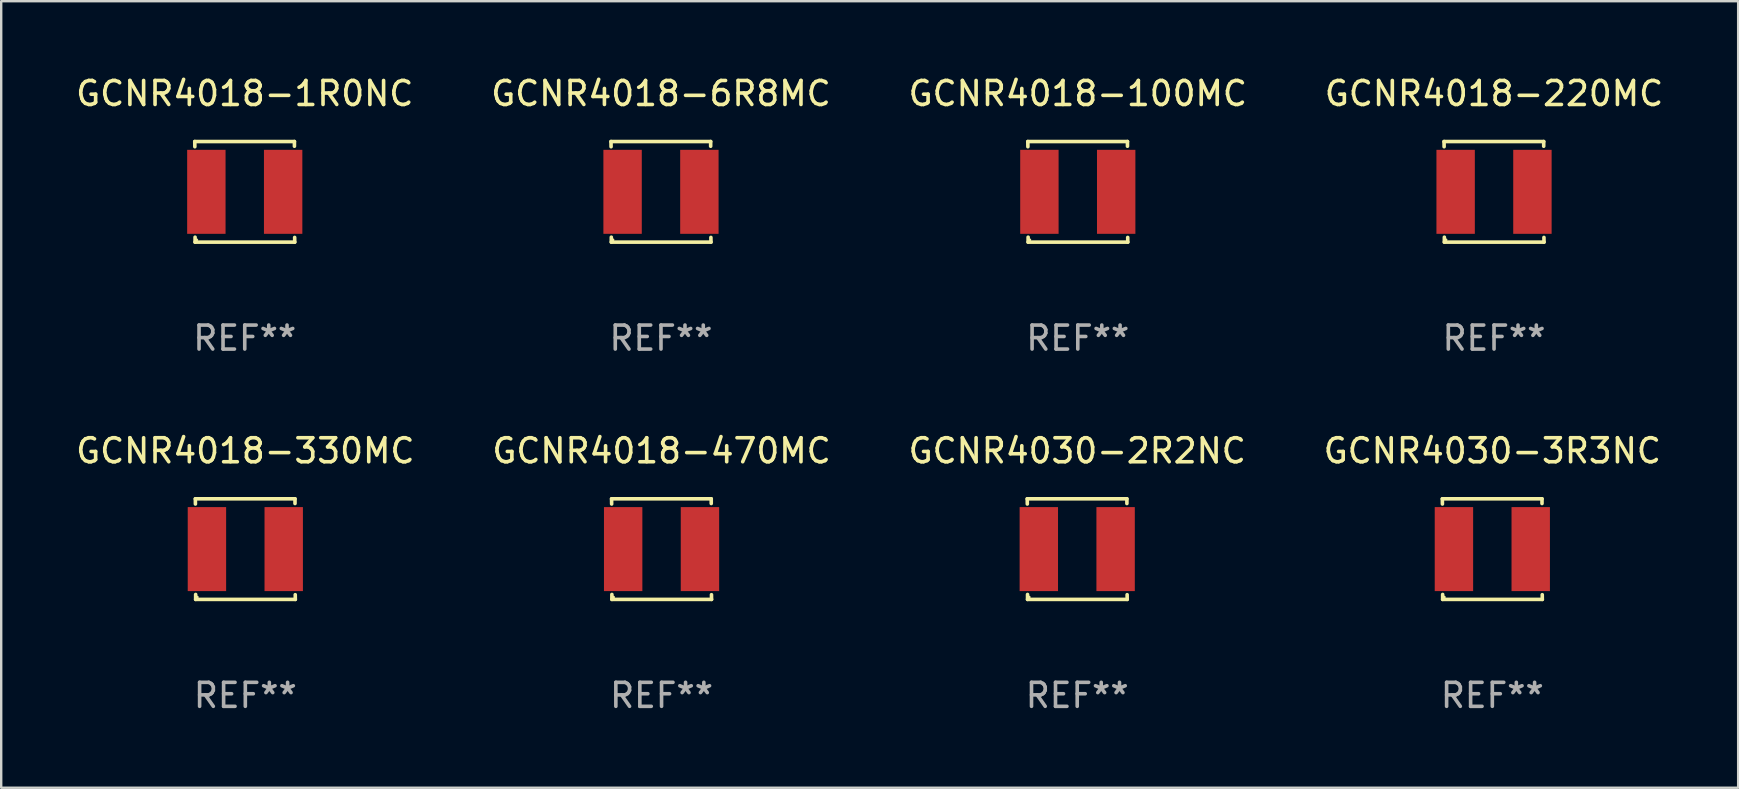
<source format=kicad_pcb>
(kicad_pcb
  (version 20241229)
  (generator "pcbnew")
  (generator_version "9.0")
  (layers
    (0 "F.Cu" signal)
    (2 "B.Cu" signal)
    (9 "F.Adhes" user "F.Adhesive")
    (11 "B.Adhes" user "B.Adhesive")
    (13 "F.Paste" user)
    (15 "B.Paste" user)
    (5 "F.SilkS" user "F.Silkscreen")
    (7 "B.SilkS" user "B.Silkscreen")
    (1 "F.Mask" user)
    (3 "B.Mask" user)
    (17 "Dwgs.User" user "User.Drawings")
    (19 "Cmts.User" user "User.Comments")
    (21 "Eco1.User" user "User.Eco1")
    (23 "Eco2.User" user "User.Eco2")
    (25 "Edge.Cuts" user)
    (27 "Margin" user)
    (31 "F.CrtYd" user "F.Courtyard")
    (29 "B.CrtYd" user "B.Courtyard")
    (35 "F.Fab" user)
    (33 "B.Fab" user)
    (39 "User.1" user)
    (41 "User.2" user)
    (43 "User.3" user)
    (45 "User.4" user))
  (footprint "GCNR4018-6R8MC"
    (layer "F.Cu")
    (at 24.494 4.944)
    (property "Reference" "GCNR4018-6R8MC" (at 0 -4.096 0) (layer "F.SilkS") (effects (font (size 1 1) (thickness 0.15))))
    (attr through_hole)
    (fp_line (start -2.083 -2.096) (end -2.08 -1.88) (stroke (width 0.15) (type solid)) (layer "F.SilkS"))
    (fp_line (start -2.07 1.89) (end -2.07 2.096) (stroke (width 0.15) (type solid)) (layer "F.SilkS"))
    (fp_line (start -2.07 2.096) (end 2.083 2.096) (stroke (width 0.15) (type solid)) (layer "F.SilkS"))
    (fp_line (start 2.07 -1.9) (end 2.07 -2.096) (stroke (width 0.15) (type solid)) (layer "F.SilkS"))
    (fp_line (start 2.07 -2.096) (end -2.083 -2.096) (stroke (width 0.15) (type solid)) (layer "F.SilkS"))
    (fp_line (start 2.083 2.096) (end 2.08 1.9) (stroke (width 0.15) (type solid)) (layer "F.SilkS"))
    (fp_circle (center -2 2) (end -1.97 2) (stroke (width 0.06) (type solid)) (fill no) (layer "F.SilkS"))
    (fp_text user "REF**" (at 0 6.096 0) (layer "F.Fab") (effects (font (size 1 1) (thickness 0.15))))
    (pad "1" smd rect (at -1.6 -0.000343) (size 1.6 3.5) (layers "F.Cu" "F.Mask" "F.Paste"))
    (pad "2" smd rect (at 1.6 -0.000343) (size 1.6 3.5) (layers "F.Cu" "F.Mask" "F.Paste")))
  (footprint "GCNR4018-470MC"
    (layer "F.Cu")
    (at 24.518 19.832)
    (property "Reference" "GCNR4018-470MC" (at 0 -4.096 0) (layer "F.SilkS") (effects (font (size 1 1) (thickness 0.15))))
    (attr through_hole)
    (fp_line (start -2.083 -2.096) (end -2.08 -1.88) (stroke (width 0.15) (type solid)) (layer "F.SilkS"))
    (fp_line (start -2.07 1.89) (end -2.07 2.096) (stroke (width 0.15) (type solid)) (layer "F.SilkS"))
    (fp_line (start -2.07 2.096) (end 2.083 2.096) (stroke (width 0.15) (type solid)) (layer "F.SilkS"))
    (fp_line (start 2.07 -1.9) (end 2.07 -2.096) (stroke (width 0.15) (type solid)) (layer "F.SilkS"))
    (fp_line (start 2.07 -2.096) (end -2.083 -2.096) (stroke (width 0.15) (type solid)) (layer "F.SilkS"))
    (fp_line (start 2.083 2.096) (end 2.08 1.9) (stroke (width 0.15) (type solid)) (layer "F.SilkS"))
    (fp_circle (center -2 2) (end -1.97 2) (stroke (width 0.06) (type solid)) (fill no) (layer "F.SilkS"))
    (fp_text user "REF**" (at 0 6.096 0) (layer "F.Fab") (effects (font (size 1 1) (thickness 0.15))))
    (pad "1" smd rect (at -1.6 -0.000343) (size 1.6 3.5) (layers "F.Cu" "F.Mask" "F.Paste"))
    (pad "2" smd rect (at 1.6 -0.000343) (size 1.6 3.5) (layers "F.Cu" "F.Mask" "F.Paste")))
  (footprint "GCNR4018-330MC"
    (layer "F.Cu")
    (at 7.173 19.832)
    (property "Reference" "GCNR4018-330MC" (at 0 -4.096 0) (layer "F.SilkS") (effects (font (size 1 1) (thickness 0.15))))
    (attr through_hole)
    (fp_line (start -2.083 -2.096) (end -2.08 -1.88) (stroke (width 0.15) (type solid)) (layer "F.SilkS"))
    (fp_line (start -2.07 1.89) (end -2.07 2.096) (stroke (width 0.15) (type solid)) (layer "F.SilkS"))
    (fp_line (start -2.07 2.096) (end 2.083 2.096) (stroke (width 0.15) (type solid)) (layer "F.SilkS"))
    (fp_line (start 2.07 -1.9) (end 2.07 -2.096) (stroke (width 0.15) (type solid)) (layer "F.SilkS"))
    (fp_line (start 2.07 -2.096) (end -2.083 -2.096) (stroke (width 0.15) (type solid)) (layer "F.SilkS"))
    (fp_line (start 2.083 2.096) (end 2.08 1.9) (stroke (width 0.15) (type solid)) (layer "F.SilkS"))
    (fp_circle (center -2 2) (end -1.97 2) (stroke (width 0.06) (type solid)) (fill no) (layer "F.SilkS"))
    (fp_text user "REF**" (at 0 6.096 0) (layer "F.Fab") (effects (font (size 1 1) (thickness 0.15))))
    (pad "1" smd rect (at -1.6 -0.000343) (size 1.6 3.5) (layers "F.Cu" "F.Mask" "F.Paste"))
    (pad "2" smd rect (at 1.6 -0.000343) (size 1.6 3.5) (layers "F.Cu" "F.Mask" "F.Paste")))
  (footprint "GCNR4018-220MC"
    (layer "F.Cu")
    (at 59.208 4.944)
    (property "Reference" "GCNR4018-220MC" (at 0 -4.096 0) (layer "F.SilkS") (effects (font (size 1 1) (thickness 0.15))))
    (attr through_hole)
    (fp_line (start -2.083 -2.096) (end -2.08 -1.88) (stroke (width 0.15) (type solid)) (layer "F.SilkS"))
    (fp_line (start -2.07 1.89) (end -2.07 2.096) (stroke (width 0.15) (type solid)) (layer "F.SilkS"))
    (fp_line (start -2.07 2.096) (end 2.083 2.096) (stroke (width 0.15) (type solid)) (layer "F.SilkS"))
    (fp_line (start 2.07 -1.9) (end 2.07 -2.096) (stroke (width 0.15) (type solid)) (layer "F.SilkS"))
    (fp_line (start 2.07 -2.096) (end -2.083 -2.096) (stroke (width 0.15) (type solid)) (layer "F.SilkS"))
    (fp_line (start 2.083 2.096) (end 2.08 1.9) (stroke (width 0.15) (type solid)) (layer "F.SilkS"))
    (fp_circle (center -2 2) (end -1.97 2) (stroke (width 0.06) (type solid)) (fill no) (layer "F.SilkS"))
    (fp_text user "REF**" (at 0 6.096 0) (layer "F.Fab") (effects (font (size 1 1) (thickness 0.15))))
    (pad "1" smd rect (at -1.6 -0.000343) (size 1.6 3.5) (layers "F.Cu" "F.Mask" "F.Paste"))
    (pad "2" smd rect (at 1.6 -0.000343) (size 1.6 3.5) (layers "F.Cu" "F.Mask" "F.Paste")))
  (footprint "GCNR4030-3R3NC"
    (layer "F.Cu")
    (at 59.137 19.832)
    (property "Reference" "GCNR4030-3R3NC" (at 0 -4.096 0) (layer "F.SilkS") (effects (font (size 1 1) (thickness 0.15))))
    (attr through_hole)
    (fp_line (start -2.083 -2.096) (end -2.08 -1.88) (stroke (width 0.15) (type solid)) (layer "F.SilkS"))
    (fp_line (start -2.07 1.89) (end -2.07 2.096) (stroke (width 0.15) (type solid)) (layer "F.SilkS"))
    (fp_line (start -2.07 2.096) (end 2.083 2.096) (stroke (width 0.15) (type solid)) (layer "F.SilkS"))
    (fp_line (start 2.07 -1.9) (end 2.07 -2.096) (stroke (width 0.15) (type solid)) (layer "F.SilkS"))
    (fp_line (start 2.07 -2.096) (end -2.083 -2.096) (stroke (width 0.15) (type solid)) (layer "F.SilkS"))
    (fp_line (start 2.083 2.096) (end 2.08 1.9) (stroke (width 0.15) (type solid)) (layer "F.SilkS"))
    (fp_circle (center -2 2) (end -1.97 2) (stroke (width 0.06) (type solid)) (fill no) (layer "F.SilkS"))
    (fp_text user "REF**" (at 0 6.096 0) (layer "F.Fab") (effects (font (size 1 1) (thickness 0.15))))
    (pad "1" smd rect (at -1.6 -0.000343) (size 1.6 3.5) (layers "F.Cu" "F.Mask" "F.Paste"))
    (pad "2" smd rect (at 1.6 -0.000343) (size 1.6 3.5) (layers "F.Cu" "F.Mask" "F.Paste")))
  (footprint "GCNR4018-1R0NC"
    (layer "F.Cu")
    (at 7.149 4.944)
    (property "Reference" "GCNR4018-1R0NC" (at 0 -4.096 0) (layer "F.SilkS") (effects (font (size 1 1) (thickness 0.15))))
    (attr through_hole)
    (fp_line (start -2.083 -2.096) (end -2.08 -1.88) (stroke (width 0.15) (type solid)) (layer "F.SilkS"))
    (fp_line (start -2.07 1.89) (end -2.07 2.096) (stroke (width 0.15) (type solid)) (layer "F.SilkS"))
    (fp_line (start -2.07 2.096) (end 2.083 2.096) (stroke (width 0.15) (type solid)) (layer "F.SilkS"))
    (fp_line (start 2.07 -1.9) (end 2.07 -2.096) (stroke (width 0.15) (type solid)) (layer "F.SilkS"))
    (fp_line (start 2.07 -2.096) (end -2.083 -2.096) (stroke (width 0.15) (type solid)) (layer "F.SilkS"))
    (fp_line (start 2.083 2.096) (end 2.08 1.9) (stroke (width 0.15) (type solid)) (layer "F.SilkS"))
    (fp_circle (center -2 2) (end -1.97 2) (stroke (width 0.06) (type solid)) (fill no) (layer "F.SilkS"))
    (fp_text user "REF**" (at 0 6.096 0) (layer "F.Fab") (effects (font (size 1 1) (thickness 0.15))))
    (pad "1" smd rect (at -1.6 -0.000343) (size 1.6 3.5) (layers "F.Cu" "F.Mask" "F.Paste"))
    (pad "2" smd rect (at 1.6 -0.000343) (size 1.6 3.5) (layers "F.Cu" "F.Mask" "F.Paste")))
  (footprint "GCNR4030-2R2NC"
    (layer "F.Cu")
    (at 41.839 19.832)
    (property "Reference" "GCNR4030-2R2NC" (at 0 -4.096 0) (layer "F.SilkS") (effects (font (size 1 1) (thickness 0.15))))
    (attr through_hole)
    (fp_line (start -2.083 -2.096) (end -2.08 -1.88) (stroke (width 0.15) (type solid)) (layer "F.SilkS"))
    (fp_line (start -2.07 1.89) (end -2.07 2.096) (stroke (width 0.15) (type solid)) (layer "F.SilkS"))
    (fp_line (start -2.07 2.096) (end 2.083 2.096) (stroke (width 0.15) (type solid)) (layer "F.SilkS"))
    (fp_line (start 2.07 -1.9) (end 2.07 -2.096) (stroke (width 0.15) (type solid)) (layer "F.SilkS"))
    (fp_line (start 2.07 -2.096) (end -2.083 -2.096) (stroke (width 0.15) (type solid)) (layer "F.SilkS"))
    (fp_line (start 2.083 2.096) (end 2.08 1.9) (stroke (width 0.15) (type solid)) (layer "F.SilkS"))
    (fp_circle (center -2 2) (end -1.97 2) (stroke (width 0.06) (type solid)) (fill no) (layer "F.SilkS"))
    (fp_text user "REF**" (at 0 6.096 0) (layer "F.Fab") (effects (font (size 1 1) (thickness 0.15))))
    (pad "1" smd rect (at -1.6 -0.000343) (size 1.6 3.5) (layers "F.Cu" "F.Mask" "F.Paste"))
    (pad "2" smd rect (at 1.6 -0.000343) (size 1.6 3.5) (layers "F.Cu" "F.Mask" "F.Paste")))
  (footprint "GCNR4018-100MC"
    (layer "F.Cu")
    (at 41.863 4.944)
    (property "Reference" "GCNR4018-100MC" (at 0 -4.096 0) (layer "F.SilkS") (effects (font (size 1 1) (thickness 0.15))))
    (attr through_hole)
    (fp_line (start -2.083 -2.096) (end -2.08 -1.88) (stroke (width 0.15) (type solid)) (layer "F.SilkS"))
    (fp_line (start -2.07 1.89) (end -2.07 2.096) (stroke (width 0.15) (type solid)) (layer "F.SilkS"))
    (fp_line (start -2.07 2.096) (end 2.083 2.096) (stroke (width 0.15) (type solid)) (layer "F.SilkS"))
    (fp_line (start 2.07 -1.9) (end 2.07 -2.096) (stroke (width 0.15) (type solid)) (layer "F.SilkS"))
    (fp_line (start 2.07 -2.096) (end -2.083 -2.096) (stroke (width 0.15) (type solid)) (layer "F.SilkS"))
    (fp_line (start 2.083 2.096) (end 2.08 1.9) (stroke (width 0.15) (type solid)) (layer "F.SilkS"))
    (fp_circle (center -2 2) (end -1.97 2) (stroke (width 0.06) (type solid)) (fill no) (layer "F.SilkS"))
    (fp_text user "REF**" (at 0 6.096 0) (layer "F.Fab") (effects (font (size 1 1) (thickness 0.15))))
    (pad "1" smd rect (at -1.6 -0.000343) (size 1.6 3.5) (layers "F.Cu" "F.Mask" "F.Paste"))
    (pad "2" smd rect (at 1.6 -0.000343) (size 1.6 3.5) (layers "F.Cu" "F.Mask" "F.Paste")))
  (gr_rect
    (start -3 -3)
    (end 69.381 29.776)
    (stroke (width 0.1) (type default))
    (fill no)
    (layer "Edge.Cuts")))
</source>
